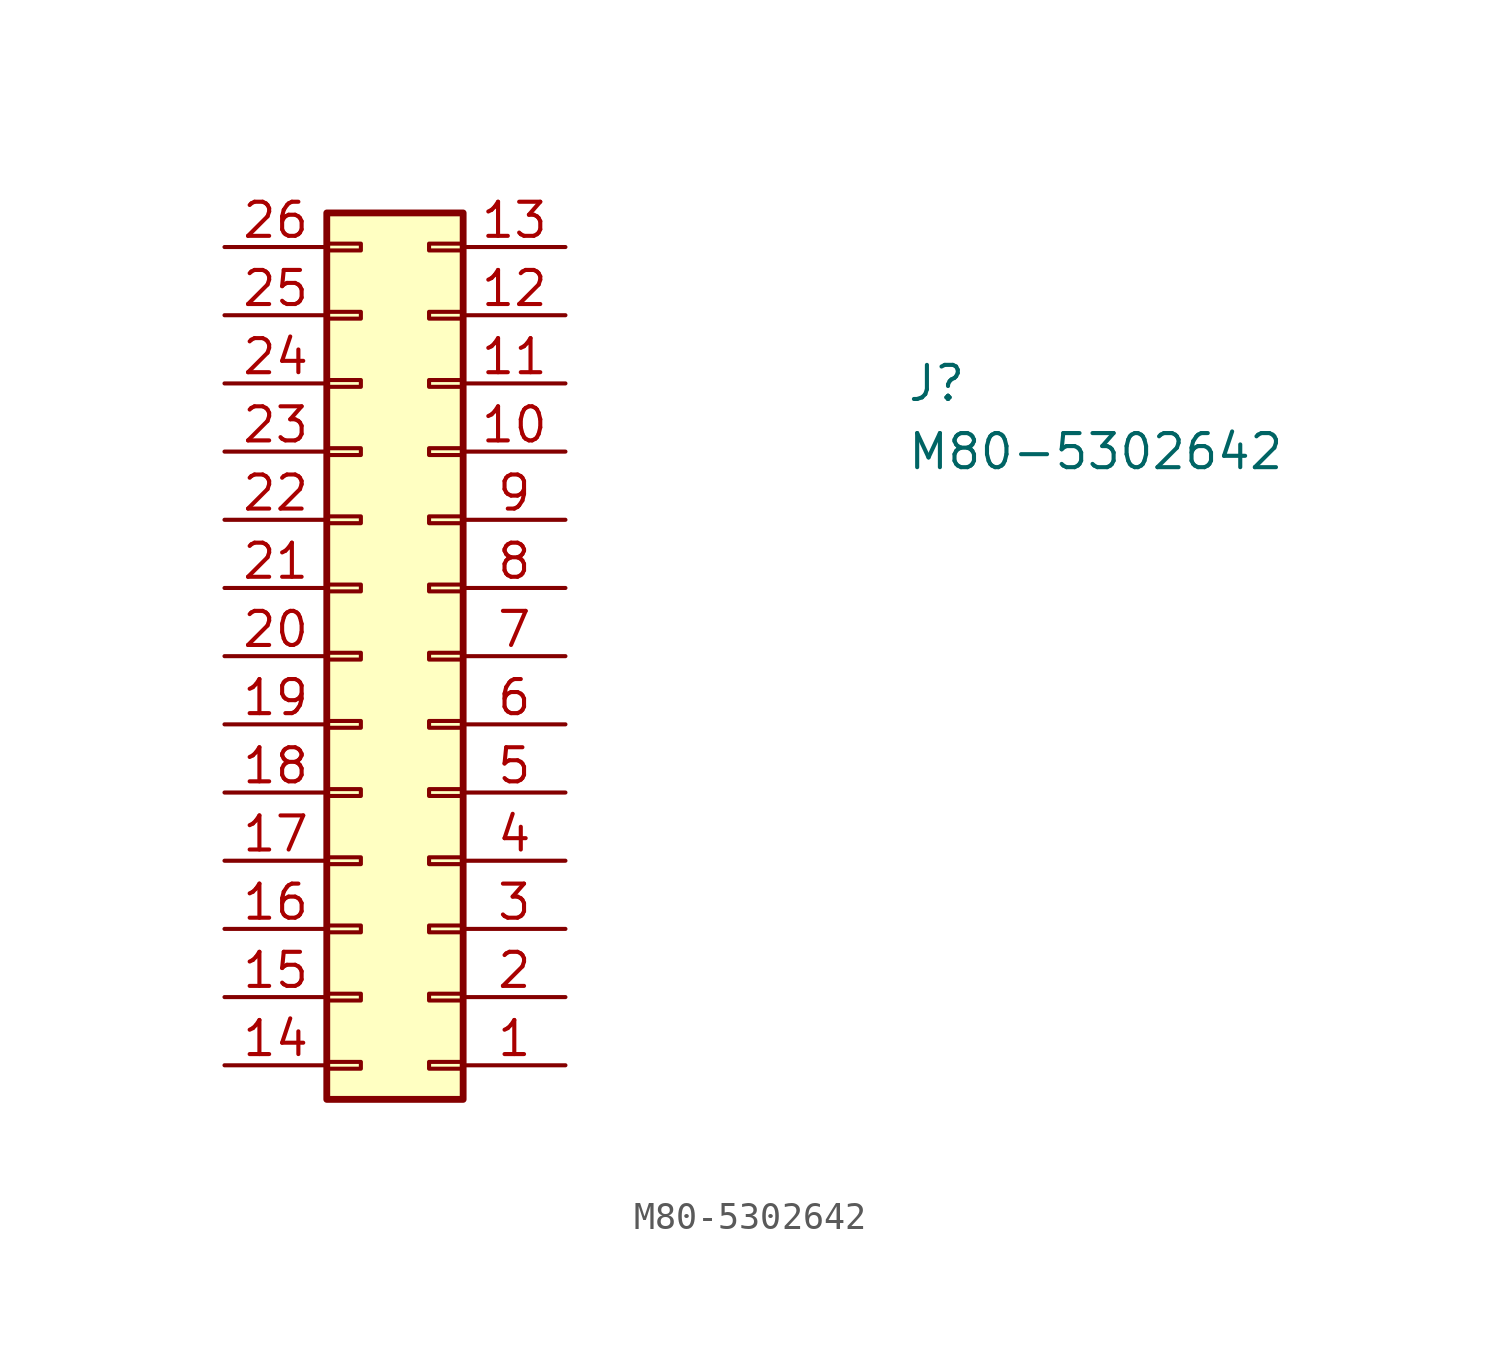
<source format=kicad_sym>
(kicad_symbol_lib
  (version 20211014)
  (generator kicad_symbol_editor)
  (symbol "M80-5302642"
    (pin_names
      (offset 0.762))
    (property "Reference" "J"
      (at 19.05 7.62 0)
      (effects (font (size 1.27 1.27)) (justify left)))
    (property "Value" "M80-5302642"
      (at 19.05 5.08 0)
      (effects (font (size 1.27 1.27)) (justify left)))
    (symbol "M80-5302642_1_1"
      (rectangle (start -2.54 -17.907) (end -1.27 -17.653) (stroke (width 0.152) (type default) (color 0 0 0 0)) (fill (type none)))
      (rectangle (start -2.54 -15.367) (end -1.27 -15.113) (stroke (width 0.152) (type default) (color 0 0 0 0)) (fill (type none)))
      (rectangle (start -2.54 -12.827) (end -1.27 -12.573) (stroke (width 0.152) (type default) (color 0 0 0 0)) (fill (type none)))
      (rectangle (start -2.54 -10.287) (end -1.27 -10.033) (stroke (width 0.152) (type default) (color 0 0 0 0)) (fill (type none)))
      (rectangle (start -2.54 -7.747) (end -1.27 -7.493) (stroke (width 0.152) (type default) (color 0 0 0 0)) (fill (type none)))
      (rectangle (start -2.54 -5.207) (end -1.27 -4.953) (stroke (width 0.152) (type default) (color 0 0 0 0)) (fill (type none)))
      (rectangle (start -2.54 -2.667) (end -1.27 -2.413) (stroke (width 0.152) (type default) (color 0 0 0 0)) (fill (type none)))
      (rectangle (start -2.54 -0.127) (end -1.27 0.127) (stroke (width 0.152) (type default) (color 0 0 0 0)) (fill (type none)))
      (rectangle (start -2.54 2.413) (end -1.27 2.667) (stroke (width 0.152) (type default) (color 0 0 0 0)) (fill (type none)))
      (rectangle (start -2.54 4.953) (end -1.27 5.207) (stroke (width 0.152) (type default) (color 0 0 0 0)) (fill (type none)))
      (rectangle (start -2.54 7.493) (end -1.27 7.747) (stroke (width 0.152) (type default) (color 0 0 0 0)) (fill (type none)))
      (rectangle (start -2.54 10.033) (end -1.27 10.287) (stroke (width 0.152) (type default) (color 0 0 0 0)) (fill (type none)))
      (rectangle (start -2.54 12.573) (end -1.27 12.827) (stroke (width 0.152) (type default) (color 0 0 0 0)) (fill (type none)))
      (rectangle (start 2.54 -19.05) (end -2.54 13.97) (stroke (width 0.254) (type default) (color 0 0 0 0)) (fill (type background)))
      (rectangle (start 2.54 -17.907) (end 1.27 -17.653) (stroke (width 0.152) (type default) (color 0 0 0 0)) (fill (type none)))
      (rectangle (start 2.54 -15.367) (end 1.27 -15.113) (stroke (width 0.152) (type default) (color 0 0 0 0)) (fill (type none)))
      (rectangle (start 2.54 -12.827) (end 1.27 -12.573) (stroke (width 0.152) (type default) (color 0 0 0 0)) (fill (type none)))
      (rectangle (start 2.54 -10.287) (end 1.27 -10.033) (stroke (width 0.152) (type default) (color 0 0 0 0)) (fill (type none)))
      (rectangle (start 2.54 -7.747) (end 1.27 -7.493) (stroke (width 0.152) (type default) (color 0 0 0 0)) (fill (type none)))
      (rectangle (start 2.54 -5.207) (end 1.27 -4.953) (stroke (width 0.152) (type default) (color 0 0 0 0)) (fill (type none)))
      (rectangle (start 2.54 -2.667) (end 1.27 -2.413) (stroke (width 0.152) (type default) (color 0 0 0 0)) (fill (type none)))
      (rectangle (start 2.54 -0.127) (end 1.27 0.127) (stroke (width 0.152) (type default) (color 0 0 0 0)) (fill (type none)))
      (rectangle (start 2.54 2.413) (end 1.27 2.667) (stroke (width 0.152) (type default) (color 0 0 0 0)) (fill (type none)))
      (rectangle (start 2.54 4.953) (end 1.27 5.207) (stroke (width 0.152) (type default) (color 0 0 0 0)) (fill (type none)))
      (rectangle (start 2.54 7.493) (end 1.27 7.747) (stroke (width 0.152) (type default) (color 0 0 0 0)) (fill (type none)))
      (rectangle (start 2.54 10.033) (end 1.27 10.287) (stroke (width 0.152) (type default) (color 0 0 0 0)) (fill (type none)))
      (rectangle (start 2.54 12.573) (end 1.27 12.827) (stroke (width 0.152) (type default) (color 0 0 0 0)) (fill (type none)))
      (pin passive line (at 6.35 -17.78 180) (length 3.81) (name "" (effects (font (size 1.27 1.27)))) (number "1" (effects (font (size 1.27 1.27)))))
      (pin passive line (at 6.35 5.08 180) (length 3.81) (name "" (effects (font (size 1.27 1.27)))) (number "10" (effects (font (size 1.27 1.27)))))
      (pin passive line (at 6.35 7.62 180) (length 3.81) (name "" (effects (font (size 1.27 1.27)))) (number "11" (effects (font (size 1.27 1.27)))))
      (pin passive line (at 6.35 10.16 180) (length 3.81) (name "" (effects (font (size 1.27 1.27)))) (number "12" (effects (font (size 1.27 1.27)))))
      (pin passive line (at 6.35 12.7 180) (length 3.81) (name "" (effects (font (size 1.27 1.27)))) (number "13" (effects (font (size 1.27 1.27)))))
      (pin passive line (at -6.35 -17.78 0) (length 3.81) (name "" (effects (font (size 1.27 1.27)))) (number "14" (effects (font (size 1.27 1.27)))))
      (pin passive line (at -6.35 -15.24 0) (length 3.81) (name "" (effects (font (size 1.27 1.27)))) (number "15" (effects (font (size 1.27 1.27)))))
      (pin passive line (at -6.35 -12.7 0) (length 3.81) (name "" (effects (font (size 1.27 1.27)))) (number "16" (effects (font (size 1.27 1.27)))))
      (pin passive line (at -6.35 -10.16 0) (length 3.81) (name "" (effects (font (size 1.27 1.27)))) (number "17" (effects (font (size 1.27 1.27)))))
      (pin passive line (at -6.35 -7.62 0) (length 3.81) (name "" (effects (font (size 1.27 1.27)))) (number "18" (effects (font (size 1.27 1.27)))))
      (pin passive line (at -6.35 -5.08 0) (length 3.81) (name "" (effects (font (size 1.27 1.27)))) (number "19" (effects (font (size 1.27 1.27)))))
      (pin passive line (at 6.35 -15.24 180) (length 3.81) (name "" (effects (font (size 1.27 1.27)))) (number "2" (effects (font (size 1.27 1.27)))))
      (pin passive line (at -6.35 -2.54 0) (length 3.81) (name "" (effects (font (size 1.27 1.27)))) (number "20" (effects (font (size 1.27 1.27)))))
      (pin passive line (at -6.35 0 0) (length 3.81) (name "" (effects (font (size 1.27 1.27)))) (number "21" (effects (font (size 1.27 1.27)))))
      (pin passive line (at -6.35 2.54 0) (length 3.81) (name "" (effects (font (size 1.27 1.27)))) (number "22" (effects (font (size 1.27 1.27)))))
      (pin passive line (at -6.35 5.08 0) (length 3.81) (name "" (effects (font (size 1.27 1.27)))) (number "23" (effects (font (size 1.27 1.27)))))
      (pin passive line (at -6.35 7.62 0) (length 3.81) (name "" (effects (font (size 1.27 1.27)))) (number "24" (effects (font (size 1.27 1.27)))))
      (pin passive line (at -6.35 10.16 0) (length 3.81) (name "" (effects (font (size 1.27 1.27)))) (number "25" (effects (font (size 1.27 1.27)))))
      (pin passive line (at -6.35 12.7 0) (length 3.81) (name "" (effects (font (size 1.27 1.27)))) (number "26" (effects (font (size 1.27 1.27)))))
      (pin passive line (at 6.35 -12.7 180) (length 3.81) (name "" (effects (font (size 1.27 1.27)))) (number "3" (effects (font (size 1.27 1.27)))))
      (pin passive line (at 6.35 -10.16 180) (length 3.81) (name "" (effects (font (size 1.27 1.27)))) (number "4" (effects (font (size 1.27 1.27)))))
      (pin passive line (at 6.35 -7.62 180) (length 3.81) (name "" (effects (font (size 1.27 1.27)))) (number "5" (effects (font (size 1.27 1.27)))))
      (pin passive line (at 6.35 -5.08 180) (length 3.81) (name "" (effects (font (size 1.27 1.27)))) (number "6" (effects (font (size 1.27 1.27)))))
      (pin passive line (at 6.35 -2.54 180) (length 3.81) (name "" (effects (font (size 1.27 1.27)))) (number "7" (effects (font (size 1.27 1.27)))))
      (pin passive line (at 6.35 0 180) (length 3.81) (name "" (effects (font (size 1.27 1.27)))) (number "8" (effects (font (size 1.27 1.27)))))
      (pin passive line (at 6.35 2.54 180) (length 3.81) (name "" (effects (font (size 1.27 1.27)))) (number "9" (effects (font (size 1.27 1.27))))))))
</source>
